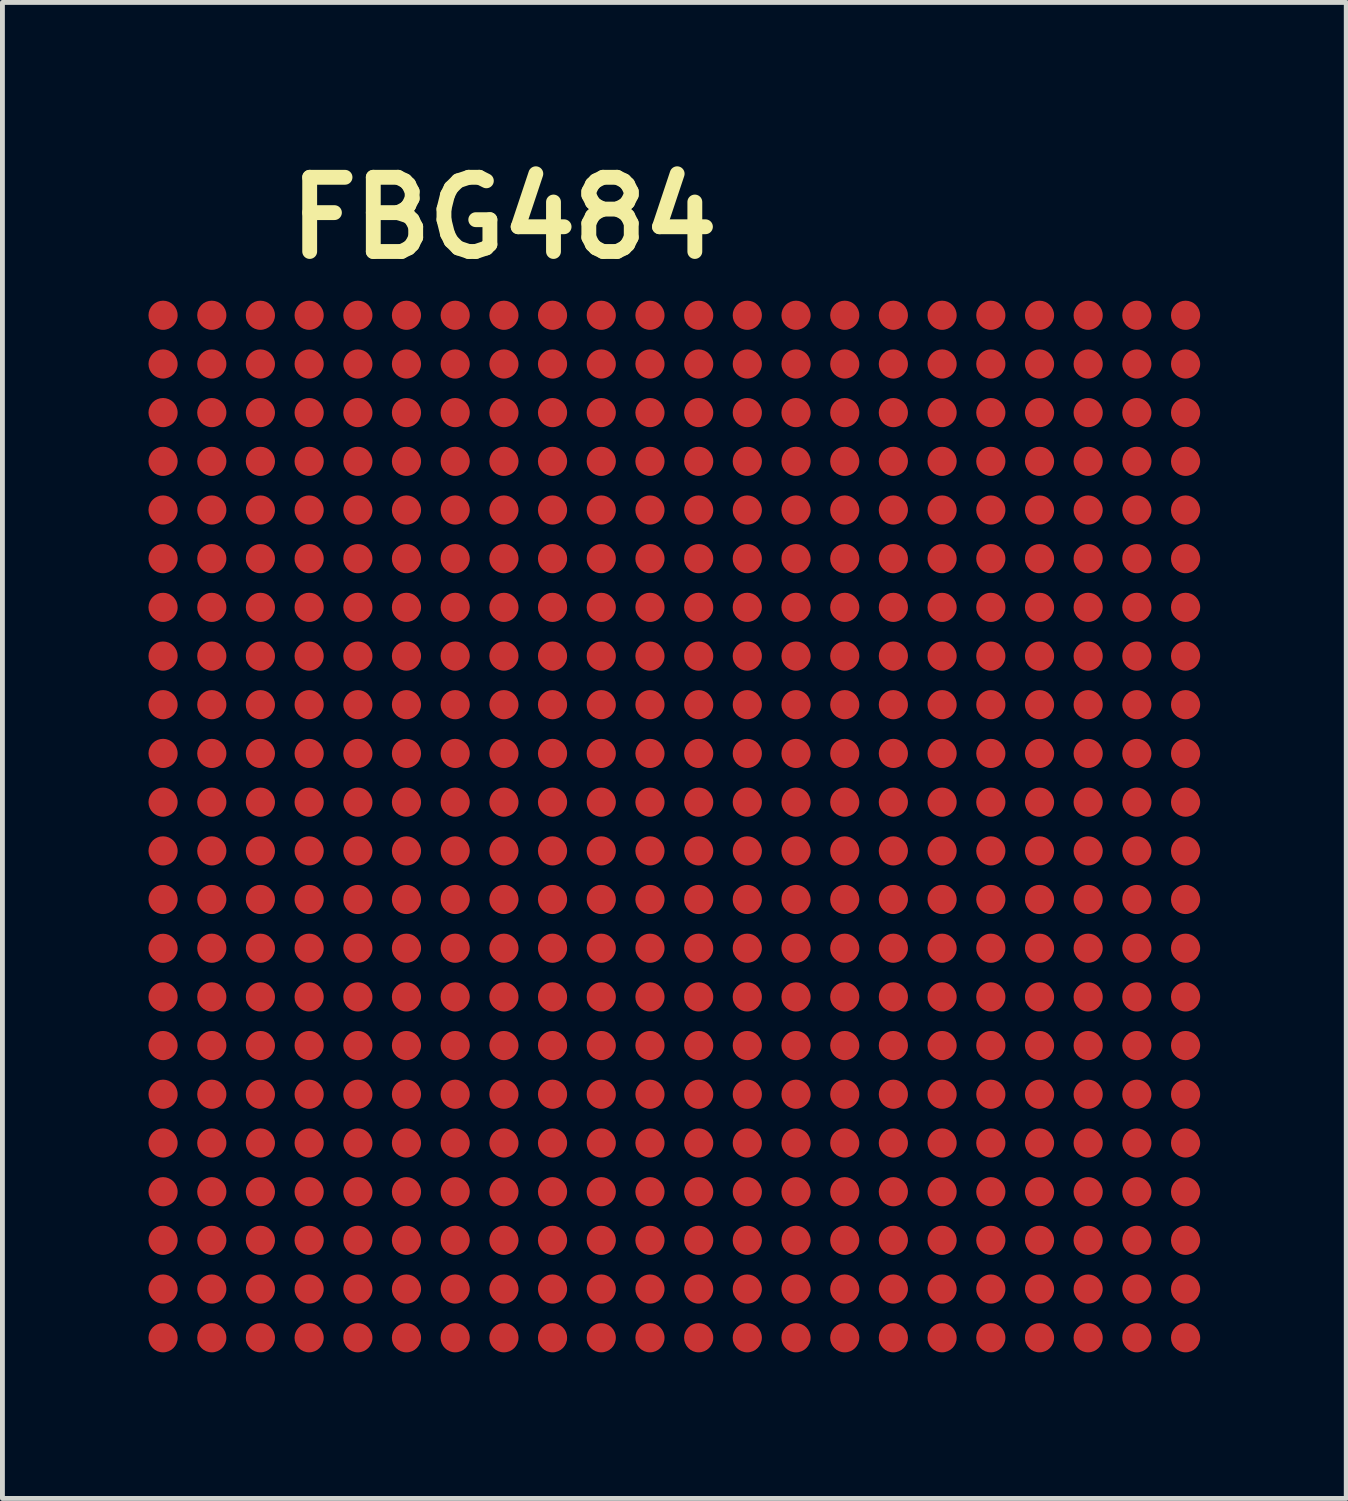
<source format=kicad_pcb>
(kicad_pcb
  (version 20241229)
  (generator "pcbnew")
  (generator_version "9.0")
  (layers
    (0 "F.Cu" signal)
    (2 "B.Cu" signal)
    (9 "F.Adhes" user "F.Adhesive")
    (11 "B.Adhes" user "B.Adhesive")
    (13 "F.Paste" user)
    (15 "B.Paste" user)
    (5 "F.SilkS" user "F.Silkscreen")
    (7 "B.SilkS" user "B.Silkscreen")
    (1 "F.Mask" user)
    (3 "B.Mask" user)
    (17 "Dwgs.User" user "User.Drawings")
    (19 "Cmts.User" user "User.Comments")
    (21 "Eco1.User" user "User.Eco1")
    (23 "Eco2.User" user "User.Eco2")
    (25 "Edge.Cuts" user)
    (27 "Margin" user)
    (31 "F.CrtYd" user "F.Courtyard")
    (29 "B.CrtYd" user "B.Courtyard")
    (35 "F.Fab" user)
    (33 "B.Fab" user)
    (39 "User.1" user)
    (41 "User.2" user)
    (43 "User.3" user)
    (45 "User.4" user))
  (footprint "FBG484"
    (layer "F.Cu")
    (at 0.302 3.425)
    (property "Reference" "FBG484" (at 7 -1.999 0) (layer "F.SilkS") (effects (font (size 1.524 1.524) (thickness 0.305))))
    (attr through_hole)
    (pad "A1" smd circle (at -0.003 0) (size 0.599 0.599) (layers "F.Cu" "F.Mask" "F.Paste"))
    (pad "A2" smd circle (at 0.998 0) (size 0.599 0.599) (layers "F.Cu" "F.Paste"))
    (pad "A3" smd circle (at 1.996 0) (size 0.599 0.599) (layers "F.Cu" "F.Paste"))
    (pad "A4" smd circle (at 2.997 0) (size 0.599 0.599) (layers "F.Cu" "F.Paste"))
    (pad "A5" smd circle (at 3.998 0) (size 0.599 0.599) (layers "F.Cu" "F.Paste"))
    (pad "A6" smd circle (at 4.996 0) (size 0.599 0.599) (layers "F.Cu" "F.Paste"))
    (pad "A7" smd circle (at 5.997 0) (size 0.599 0.599) (layers "F.Cu" "F.Paste"))
    (pad "A8" smd circle (at 6.998 0) (size 0.599 0.599) (layers "F.Cu" "F.Paste"))
    (pad "A9" smd circle (at 7.996 0) (size 0.599 0.599) (layers "F.Cu" "F.Paste"))
    (pad "A10" smd circle (at 8.997 0) (size 0.599 0.599) (layers "F.Cu" "F.Paste"))
    (pad "A11" smd circle (at 9.997 0) (size 0.599 0.599) (layers "F.Cu" "F.Paste"))
    (pad "A12" smd circle (at 10.998 0) (size 0.599 0.599) (layers "F.Cu" "F.Paste"))
    (pad "A13" smd circle (at 11.996 0) (size 0.599 0.599) (layers "F.Cu" "F.Paste"))
    (pad "A14" smd circle (at 12.997 0) (size 0.599 0.599) (layers "F.Cu" "F.Paste"))
    (pad "A15" smd circle (at 13.998 0) (size 0.599 0.599) (layers "F.Cu" "F.Paste"))
    (pad "A16" smd circle (at 14.996 0) (size 0.599 0.599) (layers "F.Cu" "F.Paste"))
    (pad "A17" smd circle (at 15.997 0) (size 0.599 0.599) (layers "F.Cu" "F.Paste"))
    (pad "A18" smd circle (at 16.998 0) (size 0.599 0.599) (layers "F.Cu" "F.Paste"))
    (pad "A19" smd circle (at 17.998 0) (size 0.599 0.599) (layers "F.Cu" "F.Paste"))
    (pad "A20" smd circle (at 18.997 0) (size 0.599 0.599) (layers "F.Cu" "F.Paste"))
    (pad "A21" smd circle (at 19.997 0) (size 0.599 0.599) (layers "F.Cu" "F.Paste"))
    (pad "A22" smd circle (at 20.998 0) (size 0.599 0.599) (layers "F.Cu" "F.Paste"))
    (pad "AA1" smd circle (at -0.003 20) (size 0.599 0.599) (layers "F.Cu" "F.Paste"))
    (pad "AA2" smd circle (at 0.998 20) (size 0.599 0.599) (layers "F.Cu" "F.Paste"))
    (pad "AA3" smd circle (at 1.996 20) (size 0.599 0.599) (layers "F.Cu" "F.Paste"))
    (pad "AA4" smd circle (at 2.997 20) (size 0.599 0.599) (layers "F.Cu" "F.Paste"))
    (pad "AA5" smd circle (at 3.998 20) (size 0.599 0.599) (layers "F.Cu" "F.Paste"))
    (pad "AA6" smd circle (at 4.996 20) (size 0.599 0.599) (layers "F.Cu" "F.Paste"))
    (pad "AA7" smd circle (at 5.997 20) (size 0.599 0.599) (layers "F.Cu" "F.Paste"))
    (pad "AA8" smd circle (at 6.998 20) (size 0.599 0.599) (layers "F.Cu" "F.Paste"))
    (pad "AA9" smd circle (at 7.996 20) (size 0.599 0.599) (layers "F.Cu" "F.Paste"))
    (pad "AA10" smd circle (at 8.997 20) (size 0.599 0.599) (layers "F.Cu" "F.Paste"))
    (pad "AA11" smd circle (at 9.997 20) (size 0.599 0.599) (layers "F.Cu" "F.Paste"))
    (pad "AA12" smd circle (at 10.998 20) (size 0.599 0.599) (layers "F.Cu" "F.Paste"))
    (pad "AA13" smd circle (at 11.996 20) (size 0.599 0.599) (layers "F.Cu" "F.Paste"))
    (pad "AA14" smd circle (at 12.997 20) (size 0.599 0.599) (layers "F.Cu" "F.Paste"))
    (pad "AA15" smd circle (at 13.998 20) (size 0.599 0.599) (layers "F.Cu" "F.Paste"))
    (pad "AA16" smd circle (at 14.996 20) (size 0.599 0.599) (layers "F.Cu" "F.Paste"))
    (pad "AA17" smd circle (at 15.997 20) (size 0.599 0.599) (layers "F.Cu" "F.Paste"))
    (pad "AA18" smd circle (at 16.998 20) (size 0.599 0.599) (layers "F.Cu" "F.Paste"))
    (pad "AA19" smd circle (at 17.998 20) (size 0.599 0.599) (layers "F.Cu" "F.Paste"))
    (pad "AA20" smd circle (at 18.997 20) (size 0.599 0.599) (layers "F.Cu" "F.Paste"))
    (pad "AA21" smd circle (at 19.997 20) (size 0.599 0.599) (layers "F.Cu" "F.Paste"))
    (pad "AA22" smd circle (at 20.998 20) (size 0.599 0.599) (layers "F.Cu" "F.Paste"))
    (pad "AB1" smd circle (at -0.003 21.001) (size 0.599 0.599) (layers "F.Cu" "F.Paste"))
    (pad "AB2" smd circle (at 0.998 21.001) (size 0.599 0.599) (layers "F.Cu" "F.Paste"))
    (pad "AB3" smd circle (at 1.996 21.001) (size 0.599 0.599) (layers "F.Cu" "F.Paste"))
    (pad "AB4" smd circle (at 2.997 21.001) (size 0.599 0.599) (layers "F.Cu" "F.Paste"))
    (pad "AB5" smd circle (at 3.998 21.001) (size 0.599 0.599) (layers "F.Cu" "F.Paste"))
    (pad "AB6" smd circle (at 4.996 21.001) (size 0.599 0.599) (layers "F.Cu" "F.Paste"))
    (pad "AB7" smd circle (at 5.997 21.001) (size 0.599 0.599) (layers "F.Cu" "F.Paste"))
    (pad "AB8" smd circle (at 6.998 21.001) (size 0.599 0.599) (layers "F.Cu" "F.Paste"))
    (pad "AB9" smd circle (at 7.996 21.001) (size 0.599 0.599) (layers "F.Cu" "F.Paste"))
    (pad "AB10" smd circle (at 8.997 21.001) (size 0.599 0.599) (layers "F.Cu" "F.Paste"))
    (pad "AB11" smd circle (at 9.997 21.001) (size 0.599 0.599) (layers "F.Cu" "F.Paste"))
    (pad "AB12" smd circle (at 10.998 21.001) (size 0.599 0.599) (layers "F.Cu" "F.Paste"))
    (pad "AB13" smd circle (at 11.996 21.001) (size 0.599 0.599) (layers "F.Cu" "F.Paste"))
    (pad "AB14" smd circle (at 12.997 21.001) (size 0.599 0.599) (layers "F.Cu" "F.Paste"))
    (pad "AB15" smd circle (at 13.998 21.001) (size 0.599 0.599) (layers "F.Cu" "F.Paste"))
    (pad "AB16" smd circle (at 14.996 21.001) (size 0.599 0.599) (layers "F.Cu" "F.Paste"))
    (pad "AB17" smd circle (at 15.997 21.001) (size 0.599 0.599) (layers "F.Cu" "F.Paste"))
    (pad "AB18" smd circle (at 16.998 21.001) (size 0.599 0.599) (layers "F.Cu" "F.Paste"))
    (pad "AB19" smd circle (at 17.998 21.001) (size 0.599 0.599) (layers "F.Cu" "F.Paste"))
    (pad "AB20" smd circle (at 18.997 21.001) (size 0.599 0.599) (layers "F.Cu" "F.Paste"))
    (pad "AB21" smd circle (at 19.997 21.001) (size 0.599 0.599) (layers "F.Cu" "F.Paste"))
    (pad "AB22" smd circle (at 20.998 21.001) (size 0.599 0.599) (layers "F.Cu" "F.Paste"))
    (pad "B1" smd circle (at -0.003 1.001) (size 0.599 0.599) (layers "F.Cu" "F.Paste"))
    (pad "B2" smd circle (at 0.998 1.001) (size 0.599 0.599) (layers "F.Cu" "F.Paste"))
    (pad "B3" smd circle (at 1.996 1.001) (size 0.599 0.599) (layers "F.Cu" "F.Paste"))
    (pad "B4" smd circle (at 2.997 1.001) (size 0.599 0.599) (layers "F.Cu" "F.Paste"))
    (pad "B5" smd circle (at 3.998 1.001) (size 0.599 0.599) (layers "F.Cu" "F.Paste"))
    (pad "B6" smd circle (at 4.996 1.001) (size 0.599 0.599) (layers "F.Cu" "F.Paste"))
    (pad "B7" smd circle (at 5.997 1.001) (size 0.599 0.599) (layers "F.Cu" "F.Paste"))
    (pad "B8" smd circle (at 6.998 1.001) (size 0.599 0.599) (layers "F.Cu" "F.Paste"))
    (pad "B9" smd circle (at 7.996 1.001) (size 0.599 0.599) (layers "F.Cu" "F.Paste"))
    (pad "B10" smd circle (at 8.997 1.001) (size 0.599 0.599) (layers "F.Cu" "F.Paste"))
    (pad "B11" smd circle (at 9.997 1.001) (size 0.599 0.599) (layers "F.Cu" "F.Paste"))
    (pad "B12" smd circle (at 10.998 1.001) (size 0.599 0.599) (layers "F.Cu" "F.Paste"))
    (pad "B13" smd circle (at 11.996 1.001) (size 0.599 0.599) (layers "F.Cu" "F.Paste"))
    (pad "B14" smd circle (at 12.997 1.001) (size 0.599 0.599) (layers "F.Cu" "F.Paste"))
    (pad "B15" smd circle (at 13.998 1.001) (size 0.599 0.599) (layers "F.Cu" "F.Paste"))
    (pad "B16" smd circle (at 14.996 1.001) (size 0.599 0.599) (layers "F.Cu" "F.Paste"))
    (pad "B17" smd circle (at 15.997 1.001) (size 0.599 0.599) (layers "F.Cu" "F.Paste"))
    (pad "B18" smd circle (at 16.998 1.001) (size 0.599 0.599) (layers "F.Cu" "F.Paste"))
    (pad "B19" smd circle (at 17.998 1.001) (size 0.599 0.599) (layers "F.Cu" "F.Paste"))
    (pad "B20" smd circle (at 18.997 1.001) (size 0.599 0.599) (layers "F.Cu" "F.Paste"))
    (pad "B21" smd circle (at 19.997 1.001) (size 0.599 0.599) (layers "F.Cu" "F.Paste"))
    (pad "B22" smd circle (at 20.998 1.001) (size 0.599 0.599) (layers "F.Cu" "F.Paste"))
    (pad "C1" smd circle (at -0.003 1.999) (size 0.599 0.599) (layers "F.Cu" "F.Paste"))
    (pad "C2" smd circle (at 0.998 1.999) (size 0.599 0.599) (layers "F.Cu" "F.Paste"))
    (pad "C3" smd circle (at 1.996 1.999) (size 0.599 0.599) (layers "F.Cu" "F.Paste"))
    (pad "C4" smd circle (at 2.997 1.999) (size 0.599 0.599) (layers "F.Cu" "F.Paste"))
    (pad "C5" smd circle (at 3.998 1.999) (size 0.599 0.599) (layers "F.Cu" "F.Paste"))
    (pad "C6" smd circle (at 4.996 1.999) (size 0.599 0.599) (layers "F.Cu" "F.Paste"))
    (pad "C7" smd circle (at 5.997 1.999) (size 0.599 0.599) (layers "F.Cu" "F.Paste"))
    (pad "C8" smd circle (at 6.998 1.999) (size 0.599 0.599) (layers "F.Cu" "F.Paste"))
    (pad "C9" smd circle (at 7.996 1.999) (size 0.599 0.599) (layers "F.Cu" "F.Paste"))
    (pad "C10" smd circle (at 8.997 1.999) (size 0.599 0.599) (layers "F.Cu" "F.Paste"))
    (pad "C11" smd circle (at 9.997 1.999) (size 0.599 0.599) (layers "F.Cu" "F.Paste"))
    (pad "C12" smd circle (at 10.998 1.999) (size 0.599 0.599) (layers "F.Cu" "F.Paste"))
    (pad "C13" smd circle (at 11.996 1.999) (size 0.599 0.599) (layers "F.Cu" "F.Paste"))
    (pad "C14" smd circle (at 12.997 1.999) (size 0.599 0.599) (layers "F.Cu" "F.Paste"))
    (pad "C15" smd circle (at 13.998 1.999) (size 0.599 0.599) (layers "F.Cu" "F.Paste"))
    (pad "C16" smd circle (at 14.996 1.999) (size 0.599 0.599) (layers "F.Cu" "F.Paste"))
    (pad "C17" smd circle (at 15.997 1.999) (size 0.599 0.599) (layers "F.Cu" "F.Paste"))
    (pad "C18" smd circle (at 16.998 1.999) (size 0.599 0.599) (layers "F.Cu" "F.Paste"))
    (pad "C19" smd circle (at 17.998 1.999) (size 0.599 0.599) (layers "F.Cu" "F.Paste"))
    (pad "C20" smd circle (at 18.997 1.999) (size 0.599 0.599) (layers "F.Cu" "F.Paste"))
    (pad "C21" smd circle (at 19.997 1.999) (size 0.599 0.599) (layers "F.Cu" "F.Paste"))
    (pad "C22" smd circle (at 20.998 1.999) (size 0.599 0.599) (layers "F.Cu" "F.Paste"))
    (pad "D1" smd circle (at -0.003 3) (size 0.599 0.599) (layers "F.Cu" "F.Paste"))
    (pad "D2" smd circle (at 0.998 3) (size 0.599 0.599) (layers "F.Cu" "F.Paste"))
    (pad "D3" smd circle (at 1.996 3) (size 0.599 0.599) (layers "F.Cu" "F.Paste"))
    (pad "D4" smd circle (at 2.997 3) (size 0.599 0.599) (layers "F.Cu" "F.Paste"))
    (pad "D5" smd circle (at 3.998 3) (size 0.599 0.599) (layers "F.Cu" "F.Paste"))
    (pad "D6" smd circle (at 4.996 3) (size 0.599 0.599) (layers "F.Cu" "F.Paste"))
    (pad "D7" smd circle (at 5.997 3) (size 0.599 0.599) (layers "F.Cu" "F.Paste"))
    (pad "D8" smd circle (at 6.998 3) (size 0.599 0.599) (layers "F.Cu" "F.Paste"))
    (pad "D9" smd circle (at 7.996 3) (size 0.599 0.599) (layers "F.Cu" "F.Paste"))
    (pad "D10" smd circle (at 8.997 3) (size 0.599 0.599) (layers "F.Cu" "F.Paste"))
    (pad "D11" smd circle (at 9.997 3) (size 0.599 0.599) (layers "F.Cu" "F.Paste"))
    (pad "D12" smd circle (at 10.998 3) (size 0.599 0.599) (layers "F.Cu" "F.Paste"))
    (pad "D13" smd circle (at 11.996 3) (size 0.599 0.599) (layers "F.Cu" "F.Paste"))
    (pad "D14" smd circle (at 12.997 3) (size 0.599 0.599) (layers "F.Cu" "F.Paste"))
    (pad "D15" smd circle (at 13.998 3) (size 0.599 0.599) (layers "F.Cu" "F.Paste"))
    (pad "D16" smd circle (at 14.996 3) (size 0.599 0.599) (layers "F.Cu" "F.Paste"))
    (pad "D17" smd circle (at 15.997 3) (size 0.599 0.599) (layers "F.Cu" "F.Paste"))
    (pad "D18" smd circle (at 16.998 3) (size 0.599 0.599) (layers "F.Cu" "F.Paste"))
    (pad "D19" smd circle (at 17.998 3) (size 0.599 0.599) (layers "F.Cu" "F.Paste"))
    (pad "D20" smd circle (at 18.997 3) (size 0.599 0.599) (layers "F.Cu" "F.Paste"))
    (pad "D21" smd circle (at 19.997 3) (size 0.599 0.599) (layers "F.Cu" "F.Paste"))
    (pad "D22" smd circle (at 20.998 3) (size 0.599 0.599) (layers "F.Cu" "F.Paste"))
    (pad "E1" smd circle (at -0.003 4) (size 0.599 0.599) (layers "F.Cu" "F.Paste"))
    (pad "E2" smd circle (at 0.998 4) (size 0.599 0.599) (layers "F.Cu" "F.Paste"))
    (pad "E3" smd circle (at 1.996 4) (size 0.599 0.599) (layers "F.Cu" "F.Paste"))
    (pad "E4" smd circle (at 2.997 4) (size 0.599 0.599) (layers "F.Cu" "F.Paste"))
    (pad "E5" smd circle (at 3.998 4) (size 0.599 0.599) (layers "F.Cu" "F.Paste"))
    (pad "E6" smd circle (at 4.996 4) (size 0.599 0.599) (layers "F.Cu" "F.Paste"))
    (pad "E7" smd circle (at 5.997 4) (size 0.599 0.599) (layers "F.Cu" "F.Paste"))
    (pad "E8" smd circle (at 6.998 4) (size 0.599 0.599) (layers "F.Cu" "F.Paste"))
    (pad "E9" smd circle (at 7.996 4) (size 0.599 0.599) (layers "F.Cu" "F.Paste"))
    (pad "E10" smd circle (at 8.997 4) (size 0.599 0.599) (layers "F.Cu" "F.Paste"))
    (pad "E11" smd circle (at 9.997 4) (size 0.599 0.599) (layers "F.Cu" "F.Paste"))
    (pad "E12" smd circle (at 10.998 4) (size 0.599 0.599) (layers "F.Cu" "F.Paste"))
    (pad "E13" smd circle (at 11.996 4) (size 0.599 0.599) (layers "F.Cu" "F.Paste"))
    (pad "E14" smd circle (at 12.997 4) (size 0.599 0.599) (layers "F.Cu" "F.Paste"))
    (pad "E15" smd circle (at 13.998 4) (size 0.599 0.599) (layers "F.Cu" "F.Paste"))
    (pad "E16" smd circle (at 14.996 4) (size 0.599 0.599) (layers "F.Cu" "F.Paste"))
    (pad "E17" smd circle (at 15.997 4) (size 0.599 0.599) (layers "F.Cu" "F.Paste"))
    (pad "E18" smd circle (at 16.998 4) (size 0.599 0.599) (layers "F.Cu" "F.Paste"))
    (pad "E19" smd circle (at 17.998 4) (size 0.599 0.599) (layers "F.Cu" "F.Paste"))
    (pad "E20" smd circle (at 18.997 4) (size 0.599 0.599) (layers "F.Cu" "F.Paste"))
    (pad "E21" smd circle (at 19.997 4) (size 0.599 0.599) (layers "F.Cu" "F.Paste"))
    (pad "E22" smd circle (at 20.998 4) (size 0.599 0.599) (layers "F.Cu" "F.Paste"))
    (pad "F1" smd circle (at -0.003 4.999) (size 0.599 0.599) (layers "F.Cu" "F.Paste"))
    (pad "F2" smd circle (at 0.998 4.999) (size 0.599 0.599) (layers "F.Cu" "F.Paste"))
    (pad "F3" smd circle (at 1.996 4.999) (size 0.599 0.599) (layers "F.Cu" "F.Paste"))
    (pad "F4" smd circle (at 2.997 4.999) (size 0.599 0.599) (layers "F.Cu" "F.Paste"))
    (pad "F5" smd circle (at 3.998 4.999) (size 0.599 0.599) (layers "F.Cu" "F.Paste"))
    (pad "F6" smd circle (at 4.996 4.999) (size 0.599 0.599) (layers "F.Cu" "F.Paste"))
    (pad "F7" smd circle (at 5.997 4.999) (size 0.599 0.599) (layers "F.Cu" "F.Paste"))
    (pad "F8" smd circle (at 6.998 4.999) (size 0.599 0.599) (layers "F.Cu" "F.Paste"))
    (pad "F9" smd circle (at 7.996 4.999) (size 0.599 0.599) (layers "F.Cu" "F.Paste"))
    (pad "F10" smd circle (at 8.997 4.999) (size 0.599 0.599) (layers "F.Cu" "F.Paste"))
    (pad "F11" smd circle (at 9.997 4.999) (size 0.599 0.599) (layers "F.Cu" "F.Paste"))
    (pad "F12" smd circle (at 10.998 4.999) (size 0.599 0.599) (layers "F.Cu" "F.Paste"))
    (pad "F13" smd circle (at 11.996 4.999) (size 0.599 0.599) (layers "F.Cu" "F.Paste"))
    (pad "F14" smd circle (at 12.997 4.999) (size 0.599 0.599) (layers "F.Cu" "F.Paste"))
    (pad "F15" smd circle (at 13.998 4.999) (size 0.599 0.599) (layers "F.Cu" "F.Paste"))
    (pad "F16" smd circle (at 14.996 4.999) (size 0.599 0.599) (layers "F.Cu" "F.Paste"))
    (pad "F17" smd circle (at 15.997 4.999) (size 0.599 0.599) (layers "F.Cu" "F.Paste"))
    (pad "F18" smd circle (at 16.998 4.999) (size 0.599 0.599) (layers "F.Cu" "F.Paste"))
    (pad "F19" smd circle (at 17.998 4.999) (size 0.599 0.599) (layers "F.Cu" "F.Paste"))
    (pad "F20" smd circle (at 18.997 4.999) (size 0.599 0.599) (layers "F.Cu" "F.Paste"))
    (pad "F21" smd circle (at 19.997 4.999) (size 0.599 0.599) (layers "F.Cu" "F.Paste"))
    (pad "F22" smd circle (at 20.998 4.999) (size 0.599 0.599) (layers "F.Cu" "F.Paste"))
    (pad "G1" smd circle (at -0.003 5.999) (size 0.599 0.599) (layers "F.Cu" "F.Paste"))
    (pad "G2" smd circle (at 0.998 5.999) (size 0.599 0.599) (layers "F.Cu" "F.Paste"))
    (pad "G3" smd circle (at 1.996 5.999) (size 0.599 0.599) (layers "F.Cu" "F.Paste"))
    (pad "G4" smd circle (at 2.997 5.999) (size 0.599 0.599) (layers "F.Cu" "F.Paste"))
    (pad "G5" smd circle (at 3.998 5.999) (size 0.599 0.599) (layers "F.Cu" "F.Paste"))
    (pad "G6" smd circle (at 4.996 5.999) (size 0.599 0.599) (layers "F.Cu" "F.Paste"))
    (pad "G7" smd circle (at 5.997 5.999) (size 0.599 0.599) (layers "F.Cu" "F.Paste"))
    (pad "G8" smd circle (at 6.998 5.999) (size 0.599 0.599) (layers "F.Cu" "F.Paste"))
    (pad "G9" smd circle (at 7.996 5.999) (size 0.599 0.599) (layers "F.Cu" "F.Paste"))
    (pad "G10" smd circle (at 8.997 5.999) (size 0.599 0.599) (layers "F.Cu" "F.Paste"))
    (pad "G11" smd circle (at 9.997 5.999) (size 0.599 0.599) (layers "F.Cu" "F.Paste"))
    (pad "G12" smd circle (at 10.998 5.999) (size 0.599 0.599) (layers "F.Cu" "F.Paste"))
    (pad "G13" smd circle (at 11.996 5.999) (size 0.599 0.599) (layers "F.Cu" "F.Paste"))
    (pad "G14" smd circle (at 12.997 5.999) (size 0.599 0.599) (layers "F.Cu" "F.Paste"))
    (pad "G15" smd circle (at 13.998 5.999) (size 0.599 0.599) (layers "F.Cu" "F.Paste"))
    (pad "G16" smd circle (at 14.996 5.999) (size 0.599 0.599) (layers "F.Cu" "F.Paste"))
    (pad "G17" smd circle (at 15.997 5.999) (size 0.599 0.599) (layers "F.Cu" "F.Paste"))
    (pad "G18" smd circle (at 16.998 5.999) (size 0.599 0.599) (layers "F.Cu" "F.Paste"))
    (pad "G19" smd circle (at 17.998 5.999) (size 0.599 0.599) (layers "F.Cu" "F.Paste"))
    (pad "G20" smd circle (at 18.997 5.999) (size 0.599 0.599) (layers "F.Cu" "F.Paste"))
    (pad "G21" smd circle (at 19.997 5.999) (size 0.599 0.599) (layers "F.Cu" "F.Paste"))
    (pad "G22" smd circle (at 20.998 5.999) (size 0.599 0.599) (layers "F.Cu" "F.Paste"))
    (pad "H1" smd circle (at -0.003 7) (size 0.599 0.599) (layers "F.Cu" "F.Paste"))
    (pad "H2" smd circle (at 0.998 7) (size 0.599 0.599) (layers "F.Cu" "F.Paste"))
    (pad "H3" smd circle (at 1.996 7) (size 0.599 0.599) (layers "F.Cu" "F.Paste"))
    (pad "H4" smd circle (at 2.997 7) (size 0.599 0.599) (layers "F.Cu" "F.Paste"))
    (pad "H5" smd circle (at 3.998 7) (size 0.599 0.599) (layers "F.Cu" "F.Paste"))
    (pad "H6" smd circle (at 4.996 7) (size 0.599 0.599) (layers "F.Cu" "F.Paste"))
    (pad "H7" smd circle (at 5.997 7) (size 0.599 0.599) (layers "F.Cu" "F.Paste"))
    (pad "H8" smd circle (at 6.998 7) (size 0.599 0.599) (layers "F.Cu" "F.Paste"))
    (pad "H9" smd circle (at 7.996 7) (size 0.599 0.599) (layers "F.Cu" "F.Paste"))
    (pad "H10" smd circle (at 8.997 7) (size 0.599 0.599) (layers "F.Cu" "F.Paste"))
    (pad "H11" smd circle (at 9.997 7) (size 0.599 0.599) (layers "F.Cu" "F.Paste"))
    (pad "H12" smd circle (at 10.998 7) (size 0.599 0.599) (layers "F.Cu" "F.Paste"))
    (pad "H13" smd circle (at 11.996 7) (size 0.599 0.599) (layers "F.Cu" "F.Paste"))
    (pad "H14" smd circle (at 12.997 7) (size 0.599 0.599) (layers "F.Cu" "F.Paste"))
    (pad "H15" smd circle (at 13.998 7) (size 0.599 0.599) (layers "F.Cu" "F.Paste"))
    (pad "H16" smd circle (at 14.996 7) (size 0.599 0.599) (layers "F.Cu" "F.Paste"))
    (pad "H17" smd circle (at 15.997 7) (size 0.599 0.599) (layers "F.Cu" "F.Paste"))
    (pad "H18" smd circle (at 16.998 7) (size 0.599 0.599) (layers "F.Cu" "F.Paste"))
    (pad "H19" smd circle (at 17.998 7) (size 0.599 0.599) (layers "F.Cu" "F.Paste"))
    (pad "H20" smd circle (at 18.997 7) (size 0.599 0.599) (layers "F.Cu" "F.Paste"))
    (pad "H21" smd circle (at 19.997 7) (size 0.599 0.599) (layers "F.Cu" "F.Paste"))
    (pad "H22" smd circle (at 20.998 7) (size 0.599 0.599) (layers "F.Cu" "F.Paste"))
    (pad "J1" smd circle (at -0.003 7.998) (size 0.599 0.599) (layers "F.Cu" "F.Paste"))
    (pad "J2" smd circle (at 0.998 7.998) (size 0.599 0.599) (layers "F.Cu" "F.Paste"))
    (pad "J3" smd circle (at 1.996 7.998) (size 0.599 0.599) (layers "F.Cu" "F.Paste"))
    (pad "J4" smd circle (at 2.997 7.998) (size 0.599 0.599) (layers "F.Cu" "F.Paste"))
    (pad "J5" smd circle (at 3.998 7.998) (size 0.599 0.599) (layers "F.Cu" "F.Paste"))
    (pad "J6" smd circle (at 4.996 7.998) (size 0.599 0.599) (layers "F.Cu" "F.Paste"))
    (pad "J7" smd circle (at 5.997 7.998) (size 0.599 0.599) (layers "F.Cu" "F.Paste"))
    (pad "J8" smd circle (at 6.998 7.998) (size 0.599 0.599) (layers "F.Cu" "F.Paste"))
    (pad "J9" smd circle (at 7.996 7.998) (size 0.599 0.599) (layers "F.Cu" "F.Paste"))
    (pad "J10" smd circle (at 8.997 7.998) (size 0.599 0.599) (layers "F.Cu" "F.Paste"))
    (pad "J11" smd circle (at 9.997 7.998) (size 0.599 0.599) (layers "F.Cu" "F.Paste"))
    (pad "J12" smd circle (at 10.998 7.998) (size 0.599 0.599) (layers "F.Cu" "F.Paste"))
    (pad "J13" smd circle (at 11.996 7.998) (size 0.599 0.599) (layers "F.Cu" "F.Paste"))
    (pad "J14" smd circle (at 12.997 7.998) (size 0.599 0.599) (layers "F.Cu" "F.Paste"))
    (pad "J15" smd circle (at 13.998 7.998) (size 0.599 0.599) (layers "F.Cu" "F.Paste"))
    (pad "J16" smd circle (at 14.996 7.998) (size 0.599 0.599) (layers "F.Cu" "F.Paste"))
    (pad "J17" smd circle (at 15.997 7.998) (size 0.599 0.599) (layers "F.Cu" "F.Paste"))
    (pad "J18" smd circle (at 16.998 7.998) (size 0.599 0.599) (layers "F.Cu" "F.Paste"))
    (pad "J19" smd circle (at 17.998 7.998) (size 0.599 0.599) (layers "F.Cu" "F.Paste"))
    (pad "J20" smd circle (at 18.997 7.998) (size 0.599 0.599) (layers "F.Cu" "F.Paste"))
    (pad "J21" smd circle (at 19.997 7.998) (size 0.599 0.599) (layers "F.Cu" "F.Paste"))
    (pad "J22" smd circle (at 20.998 7.998) (size 0.599 0.599) (layers "F.Cu" "F.Paste"))
    (pad "K1" smd circle (at -0.003 8.999) (size 0.599 0.599) (layers "F.Cu" "F.Paste"))
    (pad "K2" smd circle (at 0.998 8.999) (size 0.599 0.599) (layers "F.Cu" "F.Paste"))
    (pad "K3" smd circle (at 1.996 8.999) (size 0.599 0.599) (layers "F.Cu" "F.Paste"))
    (pad "K4" smd circle (at 2.997 8.999) (size 0.599 0.599) (layers "F.Cu" "F.Paste"))
    (pad "K5" smd circle (at 3.998 8.999) (size 0.599 0.599) (layers "F.Cu" "F.Paste"))
    (pad "K6" smd circle (at 4.996 8.999) (size 0.599 0.599) (layers "F.Cu" "F.Paste"))
    (pad "K7" smd circle (at 5.997 8.999) (size 0.599 0.599) (layers "F.Cu" "F.Paste"))
    (pad "K8" smd circle (at 6.998 8.999) (size 0.599 0.599) (layers "F.Cu" "F.Paste"))
    (pad "K9" smd circle (at 7.996 8.999) (size 0.599 0.599) (layers "F.Cu" "F.Paste"))
    (pad "K10" smd circle (at 8.997 8.999) (size 0.599 0.599) (layers "F.Cu" "F.Paste"))
    (pad "K11" smd circle (at 9.997 8.999) (size 0.599 0.599) (layers "F.Cu" "F.Paste"))
    (pad "K12" smd circle (at 10.998 8.999) (size 0.599 0.599) (layers "F.Cu" "F.Paste"))
    (pad "K13" smd circle (at 11.996 8.999) (size 0.599 0.599) (layers "F.Cu" "F.Paste"))
    (pad "K14" smd circle (at 12.997 8.999) (size 0.599 0.599) (layers "F.Cu" "F.Paste"))
    (pad "K15" smd circle (at 13.998 8.999) (size 0.599 0.599) (layers "F.Cu" "F.Paste"))
    (pad "K16" smd circle (at 14.996 8.999) (size 0.599 0.599) (layers "F.Cu" "F.Paste"))
    (pad "K17" smd circle (at 15.997 8.999) (size 0.599 0.599) (layers "F.Cu" "F.Paste"))
    (pad "K18" smd circle (at 16.998 8.999) (size 0.599 0.599) (layers "F.Cu" "F.Paste"))
    (pad "K19" smd circle (at 17.998 8.999) (size 0.599 0.599) (layers "F.Cu" "F.Paste"))
    (pad "K20" smd circle (at 18.997 8.999) (size 0.599 0.599) (layers "F.Cu" "F.Paste"))
    (pad "K21" smd circle (at 19.997 8.999) (size 0.599 0.599) (layers "F.Cu" "F.Paste"))
    (pad "K22" smd circle (at 20.998 8.999) (size 0.599 0.599) (layers "F.Cu" "F.Paste"))
    (pad "L1" smd circle (at -0.003 10) (size 0.599 0.599) (layers "F.Cu" "F.Paste"))
    (pad "L2" smd circle (at 0.998 10) (size 0.599 0.599) (layers "F.Cu" "F.Paste"))
    (pad "L3" smd circle (at 1.996 10) (size 0.599 0.599) (layers "F.Cu" "F.Paste"))
    (pad "L4" smd circle (at 2.997 10) (size 0.599 0.599) (layers "F.Cu" "F.Paste"))
    (pad "L5" smd circle (at 3.998 10) (size 0.599 0.599) (layers "F.Cu" "F.Paste"))
    (pad "L6" smd circle (at 4.996 10) (size 0.599 0.599) (layers "F.Cu" "F.Paste"))
    (pad "L7" smd circle (at 5.997 10) (size 0.599 0.599) (layers "F.Cu" "F.Paste"))
    (pad "L8" smd circle (at 6.998 10) (size 0.599 0.599) (layers "F.Cu" "F.Paste"))
    (pad "L9" smd circle (at 7.996 10) (size 0.599 0.599) (layers "F.Cu" "F.Paste"))
    (pad "L10" smd circle (at 8.997 10) (size 0.599 0.599) (layers "F.Cu" "F.Paste"))
    (pad "L11" smd circle (at 9.997 10) (size 0.599 0.599) (layers "F.Cu" "F.Paste"))
    (pad "L12" smd circle (at 10.998 10) (size 0.599 0.599) (layers "F.Cu" "F.Paste"))
    (pad "L13" smd circle (at 11.996 10) (size 0.599 0.599) (layers "F.Cu" "F.Paste"))
    (pad "L14" smd circle (at 12.997 10) (size 0.599 0.599) (layers "F.Cu" "F.Paste"))
    (pad "L15" smd circle (at 13.998 10) (size 0.599 0.599) (layers "F.Cu" "F.Paste"))
    (pad "L16" smd circle (at 14.996 10) (size 0.599 0.599) (layers "F.Cu" "F.Paste"))
    (pad "L17" smd circle (at 15.997 10) (size 0.599 0.599) (layers "F.Cu" "F.Paste"))
    (pad "L18" smd circle (at 16.998 10) (size 0.599 0.599) (layers "F.Cu" "F.Paste"))
    (pad "L19" smd circle (at 17.998 10) (size 0.599 0.599) (layers "F.Cu" "F.Paste"))
    (pad "L20" smd circle (at 18.997 10) (size 0.599 0.599) (layers "F.Cu" "F.Paste"))
    (pad "L21" smd circle (at 19.997 10) (size 0.599 0.599) (layers "F.Cu" "F.Paste"))
    (pad "L22" smd circle (at 20.998 10) (size 0.599 0.599) (layers "F.Cu" "F.Paste"))
    (pad "M1" smd circle (at -0.003 11.001) (size 0.599 0.599) (layers "F.Cu" "F.Paste"))
    (pad "M2" smd circle (at 0.998 11.001) (size 0.599 0.599) (layers "F.Cu" "F.Paste"))
    (pad "M3" smd circle (at 1.996 11.001) (size 0.599 0.599) (layers "F.Cu" "F.Paste"))
    (pad "M4" smd circle (at 2.997 11.001) (size 0.599 0.599) (layers "F.Cu" "F.Paste"))
    (pad "M5" smd circle (at 3.998 11.001) (size 0.599 0.599) (layers "F.Cu" "F.Paste"))
    (pad "M6" smd circle (at 4.996 11.001) (size 0.599 0.599) (layers "F.Cu" "F.Paste"))
    (pad "M7" smd circle (at 5.997 11.001) (size 0.599 0.599) (layers "F.Cu" "F.Paste"))
    (pad "M8" smd circle (at 6.998 11.001) (size 0.599 0.599) (layers "F.Cu" "F.Paste"))
    (pad "M9" smd circle (at 7.996 11.001) (size 0.599 0.599) (layers "F.Cu" "F.Paste"))
    (pad "M10" smd circle (at 8.997 11.001) (size 0.599 0.599) (layers "F.Cu" "F.Paste"))
    (pad "M11" smd circle (at 9.997 11.001) (size 0.599 0.599) (layers "F.Cu" "F.Paste"))
    (pad "M12" smd circle (at 10.998 11.001) (size 0.599 0.599) (layers "F.Cu" "F.Paste"))
    (pad "M13" smd circle (at 11.996 11.001) (size 0.599 0.599) (layers "F.Cu" "F.Paste"))
    (pad "M14" smd circle (at 12.997 11.001) (size 0.599 0.599) (layers "F.Cu" "F.Paste"))
    (pad "M15" smd circle (at 13.998 11.001) (size 0.599 0.599) (layers "F.Cu" "F.Paste"))
    (pad "M16" smd circle (at 14.996 11.001) (size 0.599 0.599) (layers "F.Cu" "F.Paste"))
    (pad "M17" smd circle (at 15.997 11.001) (size 0.599 0.599) (layers "F.Cu" "F.Paste"))
    (pad "M18" smd circle (at 16.998 11.001) (size 0.599 0.599) (layers "F.Cu" "F.Paste"))
    (pad "M19" smd circle (at 17.998 11.001) (size 0.599 0.599) (layers "F.Cu" "F.Paste"))
    (pad "M20" smd circle (at 18.997 11.001) (size 0.599 0.599) (layers "F.Cu" "F.Paste"))
    (pad "M21" smd circle (at 19.997 11.001) (size 0.599 0.599) (layers "F.Cu" "F.Paste"))
    (pad "M22" smd circle (at 20.998 11.001) (size 0.599 0.599) (layers "F.Cu" "F.Paste"))
    (pad "N1" smd circle (at -0.003 11.999) (size 0.599 0.599) (layers "F.Cu" "F.Paste"))
    (pad "N2" smd circle (at 0.998 11.999) (size 0.599 0.599) (layers "F.Cu" "F.Paste"))
    (pad "N3" smd circle (at 1.996 11.999) (size 0.599 0.599) (layers "F.Cu" "F.Paste"))
    (pad "N4" smd circle (at 2.997 11.999) (size 0.599 0.599) (layers "F.Cu" "F.Paste"))
    (pad "N5" smd circle (at 3.998 11.999) (size 0.599 0.599) (layers "F.Cu" "F.Paste"))
    (pad "N6" smd circle (at 4.996 11.999) (size 0.599 0.599) (layers "F.Cu" "F.Paste"))
    (pad "N7" smd circle (at 5.997 11.999) (size 0.599 0.599) (layers "F.Cu" "F.Paste"))
    (pad "N8" smd circle (at 6.998 11.999) (size 0.599 0.599) (layers "F.Cu" "F.Paste"))
    (pad "N9" smd circle (at 7.996 11.999) (size 0.599 0.599) (layers "F.Cu" "F.Paste"))
    (pad "N10" smd circle (at 8.997 11.999) (size 0.599 0.599) (layers "F.Cu" "F.Paste"))
    (pad "N11" smd circle (at 9.997 11.999) (size 0.599 0.599) (layers "F.Cu" "F.Paste"))
    (pad "N12" smd circle (at 10.998 11.999) (size 0.599 0.599) (layers "F.Cu" "F.Paste"))
    (pad "N13" smd circle (at 11.996 11.999) (size 0.599 0.599) (layers "F.Cu" "F.Paste"))
    (pad "N14" smd circle (at 12.997 11.999) (size 0.599 0.599) (layers "F.Cu" "F.Paste"))
    (pad "N15" smd circle (at 13.998 11.999) (size 0.599 0.599) (layers "F.Cu" "F.Paste"))
    (pad "N16" smd circle (at 14.996 11.999) (size 0.599 0.599) (layers "F.Cu" "F.Paste"))
    (pad "N17" smd circle (at 15.997 11.999) (size 0.599 0.599) (layers "F.Cu" "F.Paste"))
    (pad "N18" smd circle (at 16.998 11.999) (size 0.599 0.599) (layers "F.Cu" "F.Paste"))
    (pad "N19" smd circle (at 17.998 11.999) (size 0.599 0.599) (layers "F.Cu" "F.Paste"))
    (pad "N20" smd circle (at 18.997 11.999) (size 0.599 0.599) (layers "F.Cu" "F.Paste"))
    (pad "N21" smd circle (at 19.997 11.999) (size 0.599 0.599) (layers "F.Cu" "F.Paste"))
    (pad "N22" smd circle (at 20.998 11.999) (size 0.599 0.599) (layers "F.Cu" "F.Paste"))
    (pad "P1" smd circle (at -0.003 13.002) (size 0.599 0.599) (layers "F.Cu" "F.Paste"))
    (pad "P2" smd circle (at 0.998 13) (size 0.599 0.599) (layers "F.Cu" "F.Paste"))
    (pad "P3" smd circle (at 1.996 13) (size 0.599 0.599) (layers "F.Cu" "F.Paste"))
    (pad "P4" smd circle (at 2.997 13) (size 0.599 0.599) (layers "F.Cu" "F.Paste"))
    (pad "P5" smd circle (at 3.998 13) (size 0.599 0.599) (layers "F.Cu" "F.Paste"))
    (pad "P6" smd circle (at 4.996 13) (size 0.599 0.599) (layers "F.Cu" "F.Paste"))
    (pad "P7" smd circle (at 5.997 13) (size 0.599 0.599) (layers "F.Cu" "F.Paste"))
    (pad "P8" smd circle (at 6.998 13) (size 0.599 0.599) (layers "F.Cu" "F.Paste"))
    (pad "P9" smd circle (at 7.996 13) (size 0.599 0.599) (layers "F.Cu" "F.Paste"))
    (pad "P10" smd circle (at 8.997 13) (size 0.599 0.599) (layers "F.Cu" "F.Paste"))
    (pad "P11" smd circle (at 9.997 13) (size 0.599 0.599) (layers "F.Cu" "F.Paste"))
    (pad "P12" smd circle (at 10.998 13) (size 0.599 0.599) (layers "F.Cu" "F.Paste"))
    (pad "P13" smd circle (at 11.996 13) (size 0.599 0.599) (layers "F.Cu" "F.Paste"))
    (pad "P14" smd circle (at 12.997 13) (size 0.599 0.599) (layers "F.Cu" "F.Paste"))
    (pad "P15" smd circle (at 13.998 13) (size 0.599 0.599) (layers "F.Cu" "F.Paste"))
    (pad "P16" smd circle (at 14.996 13) (size 0.599 0.599) (layers "F.Cu" "F.Paste"))
    (pad "P17" smd circle (at 15.997 13) (size 0.599 0.599) (layers "F.Cu" "F.Paste"))
    (pad "P18" smd circle (at 16.998 13) (size 0.599 0.599) (layers "F.Cu" "F.Paste"))
    (pad "P19" smd circle (at 17.998 13) (size 0.599 0.599) (layers "F.Cu" "F.Paste"))
    (pad "P20" smd circle (at 18.997 13) (size 0.599 0.599) (layers "F.Cu" "F.Paste"))
    (pad "P21" smd circle (at 19.997 13) (size 0.599 0.599) (layers "F.Cu" "F.Paste"))
    (pad "P22" smd circle (at 20.998 13) (size 0.599 0.599) (layers "F.Cu" "F.Paste"))
    (pad "R1" smd circle (at -0.003 14) (size 0.599 0.599) (layers "F.Cu" "F.Paste"))
    (pad "R2" smd circle (at 0.998 14) (size 0.599 0.599) (layers "F.Cu" "F.Paste"))
    (pad "R3" smd circle (at 1.996 14) (size 0.599 0.599) (layers "F.Cu" "F.Paste"))
    (pad "R4" smd circle (at 2.997 14) (size 0.599 0.599) (layers "F.Cu" "F.Paste"))
    (pad "R5" smd circle (at 3.998 14) (size 0.599 0.599) (layers "F.Cu" "F.Paste"))
    (pad "R6" smd circle (at 4.996 14) (size 0.599 0.599) (layers "F.Cu" "F.Paste"))
    (pad "R7" smd circle (at 5.997 14) (size 0.599 0.599) (layers "F.Cu" "F.Paste"))
    (pad "R8" smd circle (at 6.998 14) (size 0.599 0.599) (layers "F.Cu" "F.Paste"))
    (pad "R9" smd circle (at 7.996 14) (size 0.599 0.599) (layers "F.Cu" "F.Paste"))
    (pad "R10" smd circle (at 8.997 14) (size 0.599 0.599) (layers "F.Cu" "F.Paste"))
    (pad "R11" smd circle (at 9.997 14) (size 0.599 0.599) (layers "F.Cu" "F.Paste"))
    (pad "R12" smd circle (at 10.998 14) (size 0.599 0.599) (layers "F.Cu" "F.Paste"))
    (pad "R13" smd circle (at 11.996 14) (size 0.599 0.599) (layers "F.Cu" "F.Paste"))
    (pad "R14" smd circle (at 12.997 14) (size 0.599 0.599) (layers "F.Cu" "F.Paste"))
    (pad "R15" smd circle (at 13.998 14) (size 0.599 0.599) (layers "F.Cu" "F.Paste"))
    (pad "R16" smd circle (at 14.996 14) (size 0.599 0.599) (layers "F.Cu" "F.Paste"))
    (pad "R17" smd circle (at 15.997 14) (size 0.599 0.599) (layers "F.Cu" "F.Paste"))
    (pad "R18" smd circle (at 16.998 14) (size 0.599 0.599) (layers "F.Cu" "F.Paste"))
    (pad "R19" smd circle (at 17.998 14) (size 0.599 0.599) (layers "F.Cu" "F.Paste"))
    (pad "R20" smd circle (at 18.997 14) (size 0.599 0.599) (layers "F.Cu" "F.Paste"))
    (pad "R21" smd circle (at 19.997 14) (size 0.599 0.599) (layers "F.Cu" "F.Paste"))
    (pad "R22" smd circle (at 20.998 14) (size 0.599 0.599) (layers "F.Cu" "F.Paste"))
    (pad "T1" smd circle (at -0.003 14.999) (size 0.599 0.599) (layers "F.Cu" "F.Paste"))
    (pad "T2" smd circle (at 0.998 14.999) (size 0.599 0.599) (layers "F.Cu" "F.Paste"))
    (pad "T3" smd circle (at 1.996 14.999) (size 0.599 0.599) (layers "F.Cu" "F.Paste"))
    (pad "T4" smd circle (at 2.997 14.999) (size 0.599 0.599) (layers "F.Cu" "F.Paste"))
    (pad "T5" smd circle (at 3.998 14.999) (size 0.599 0.599) (layers "F.Cu" "F.Paste"))
    (pad "T6" smd circle (at 4.996 14.999) (size 0.599 0.599) (layers "F.Cu" "F.Paste"))
    (pad "T7" smd circle (at 5.997 14.999) (size 0.599 0.599) (layers "F.Cu" "F.Paste"))
    (pad "T8" smd circle (at 6.998 14.999) (size 0.599 0.599) (layers "F.Cu" "F.Paste"))
    (pad "T9" smd circle (at 7.996 14.999) (size 0.599 0.599) (layers "F.Cu" "F.Paste"))
    (pad "T10" smd circle (at 8.997 14.999) (size 0.599 0.599) (layers "F.Cu" "F.Paste"))
    (pad "T11" smd circle (at 9.997 14.999) (size 0.599 0.599) (layers "F.Cu" "F.Paste"))
    (pad "T12" smd circle (at 10.998 14.999) (size 0.599 0.599) (layers "F.Cu" "F.Paste"))
    (pad "T13" smd circle (at 11.996 14.999) (size 0.599 0.599) (layers "F.Cu" "F.Paste"))
    (pad "T14" smd circle (at 12.997 14.999) (size 0.599 0.599) (layers "F.Cu" "F.Paste"))
    (pad "T15" smd circle (at 13.998 14.999) (size 0.599 0.599) (layers "F.Cu" "F.Paste"))
    (pad "T16" smd circle (at 14.996 14.999) (size 0.599 0.599) (layers "F.Cu" "F.Paste"))
    (pad "T17" smd circle (at 15.997 14.999) (size 0.599 0.599) (layers "F.Cu" "F.Paste"))
    (pad "T18" smd circle (at 16.998 14.999) (size 0.599 0.599) (layers "F.Cu" "F.Paste"))
    (pad "T19" smd circle (at 17.998 14.999) (size 0.599 0.599) (layers "F.Cu" "F.Paste"))
    (pad "T20" smd circle (at 18.997 14.999) (size 0.599 0.599) (layers "F.Cu" "F.Paste"))
    (pad "T21" smd circle (at 19.997 14.999) (size 0.599 0.599) (layers "F.Cu" "F.Paste"))
    (pad "T22" smd circle (at 20.998 14.999) (size 0.599 0.599) (layers "F.Cu" "F.Paste"))
    (pad "U1" smd circle (at -0.003 15.999) (size 0.599 0.599) (layers "F.Cu" "F.Paste"))
    (pad "U2" smd circle (at 0.998 15.999) (size 0.599 0.599) (layers "F.Cu" "F.Paste"))
    (pad "U3" smd circle (at 1.996 15.999) (size 0.599 0.599) (layers "F.Cu" "F.Paste"))
    (pad "U4" smd circle (at 2.997 15.999) (size 0.599 0.599) (layers "F.Cu" "F.Paste"))
    (pad "U5" smd circle (at 3.998 15.999) (size 0.599 0.599) (layers "F.Cu" "F.Paste"))
    (pad "U6" smd circle (at 4.996 15.999) (size 0.599 0.599) (layers "F.Cu" "F.Paste"))
    (pad "U7" smd circle (at 5.997 15.999) (size 0.599 0.599) (layers "F.Cu" "F.Paste"))
    (pad "U8" smd circle (at 6.998 15.999) (size 0.599 0.599) (layers "F.Cu" "F.Paste"))
    (pad "U9" smd circle (at 7.996 15.999) (size 0.599 0.599) (layers "F.Cu" "F.Paste"))
    (pad "U10" smd circle (at 8.997 15.999) (size 0.599 0.599) (layers "F.Cu" "F.Paste"))
    (pad "U11" smd circle (at 9.997 15.999) (size 0.599 0.599) (layers "F.Cu" "F.Paste"))
    (pad "U12" smd circle (at 10.998 15.999) (size 0.599 0.599) (layers "F.Cu" "F.Paste"))
    (pad "U13" smd circle (at 11.996 15.999) (size 0.599 0.599) (layers "F.Cu" "F.Paste"))
    (pad "U14" smd circle (at 12.997 15.999) (size 0.599 0.599) (layers "F.Cu" "F.Paste"))
    (pad "U15" smd circle (at 13.998 15.999) (size 0.599 0.599) (layers "F.Cu" "F.Paste"))
    (pad "U16" smd circle (at 14.996 15.999) (size 0.599 0.599) (layers "F.Cu" "F.Paste"))
    (pad "U17" smd circle (at 15.997 15.999) (size 0.599 0.599) (layers "F.Cu" "F.Paste"))
    (pad "U18" smd circle (at 16.998 15.999) (size 0.599 0.599) (layers "F.Cu" "F.Paste"))
    (pad "U19" smd circle (at 17.998 15.999) (size 0.599 0.599) (layers "F.Cu" "F.Paste"))
    (pad "U20" smd circle (at 18.997 15.999) (size 0.599 0.599) (layers "F.Cu" "F.Paste"))
    (pad "U21" smd circle (at 19.997 15.999) (size 0.599 0.599) (layers "F.Cu" "F.Paste"))
    (pad "U22" smd circle (at 20.998 15.999) (size 0.599 0.599) (layers "F.Cu" "F.Paste"))
    (pad "V1" smd circle (at -0.003 17) (size 0.599 0.599) (layers "F.Cu" "F.Paste"))
    (pad "V2" smd circle (at 0.998 17) (size 0.599 0.599) (layers "F.Cu" "F.Paste"))
    (pad "V3" smd circle (at 1.996 17) (size 0.599 0.599) (layers "F.Cu" "F.Paste"))
    (pad "V4" smd circle (at 2.997 17) (size 0.599 0.599) (layers "F.Cu" "F.Paste"))
    (pad "V5" smd circle (at 3.998 17) (size 0.599 0.599) (layers "F.Cu" "F.Paste"))
    (pad "V6" smd circle (at 4.996 17) (size 0.599 0.599) (layers "F.Cu" "F.Paste"))
    (pad "V7" smd circle (at 5.997 17) (size 0.599 0.599) (layers "F.Cu" "F.Paste"))
    (pad "V8" smd circle (at 6.998 17) (size 0.599 0.599) (layers "F.Cu" "F.Paste"))
    (pad "V9" smd circle (at 7.996 17) (size 0.599 0.599) (layers "F.Cu" "F.Paste"))
    (pad "V10" smd circle (at 8.997 17) (size 0.599 0.599) (layers "F.Cu" "F.Paste"))
    (pad "V11" smd circle (at 9.997 17) (size 0.599 0.599) (layers "F.Cu" "F.Paste"))
    (pad "V12" smd circle (at 10.998 17) (size 0.599 0.599) (layers "F.Cu" "F.Paste"))
    (pad "V13" smd circle (at 11.996 17) (size 0.599 0.599) (layers "F.Cu" "F.Paste"))
    (pad "V14" smd circle (at 12.997 17) (size 0.599 0.599) (layers "F.Cu" "F.Paste"))
    (pad "V15" smd circle (at 13.998 17) (size 0.599 0.599) (layers "F.Cu" "F.Paste"))
    (pad "V16" smd circle (at 14.996 17) (size 0.599 0.599) (layers "F.Cu" "F.Paste"))
    (pad "V17" smd circle (at 15.997 17) (size 0.599 0.599) (layers "F.Cu" "F.Paste"))
    (pad "V18" smd circle (at 16.998 17) (size 0.599 0.599) (layers "F.Cu" "F.Paste"))
    (pad "V19" smd circle (at 17.998 17) (size 0.599 0.599) (layers "F.Cu" "F.Paste"))
    (pad "V20" smd circle (at 18.997 17) (size 0.599 0.599) (layers "F.Cu" "F.Paste"))
    (pad "V21" smd circle (at 19.997 17) (size 0.599 0.599) (layers "F.Cu" "F.Paste"))
    (pad "V22" smd circle (at 20.998 17) (size 0.599 0.599) (layers "F.Cu" "F.Paste"))
    (pad "W1" smd circle (at -0.003 18.001) (size 0.599 0.599) (layers "F.Cu" "F.Paste"))
    (pad "W2" smd circle (at 0.998 18.001) (size 0.599 0.599) (layers "F.Cu" "F.Paste"))
    (pad "W3" smd circle (at 1.996 18.001) (size 0.599 0.599) (layers "F.Cu" "F.Paste"))
    (pad "W4" smd circle (at 2.997 18.001) (size 0.599 0.599) (layers "F.Cu" "F.Paste"))
    (pad "W5" smd circle (at 3.998 18.001) (size 0.599 0.599) (layers "F.Cu" "F.Paste"))
    (pad "W6" smd circle (at 4.996 18.001) (size 0.599 0.599) (layers "F.Cu" "F.Paste"))
    (pad "W7" smd circle (at 5.997 18.001) (size 0.599 0.599) (layers "F.Cu" "F.Paste"))
    (pad "W8" smd circle (at 6.998 18.001) (size 0.599 0.599) (layers "F.Cu" "F.Paste"))
    (pad "W9" smd circle (at 7.996 18.001) (size 0.599 0.599) (layers "F.Cu" "F.Paste"))
    (pad "W10" smd circle (at 8.997 18.001) (size 0.599 0.599) (layers "F.Cu" "F.Paste"))
    (pad "W11" smd circle (at 9.997 18.001) (size 0.599 0.599) (layers "F.Cu" "F.Paste"))
    (pad "W12" smd circle (at 10.998 18.001) (size 0.599 0.599) (layers "F.Cu" "F.Paste"))
    (pad "W13" smd circle (at 11.996 18.001) (size 0.599 0.599) (layers "F.Cu" "F.Paste"))
    (pad "W14" smd circle (at 12.997 18.001) (size 0.599 0.599) (layers "F.Cu" "F.Paste"))
    (pad "W15" smd circle (at 13.998 18.001) (size 0.599 0.599) (layers "F.Cu" "F.Paste"))
    (pad "W16" smd circle (at 14.996 18.001) (size 0.599 0.599) (layers "F.Cu" "F.Paste"))
    (pad "W17" smd circle (at 15.997 18.001) (size 0.599 0.599) (layers "F.Cu" "F.Paste"))
    (pad "W18" smd circle (at 16.998 18.001) (size 0.599 0.599) (layers "F.Cu" "F.Paste"))
    (pad "W19" smd circle (at 17.998 18.001) (size 0.599 0.599) (layers "F.Cu" "F.Paste"))
    (pad "W20" smd circle (at 18.997 18.001) (size 0.599 0.599) (layers "F.Cu" "F.Paste"))
    (pad "W21" smd circle (at 19.997 18.001) (size 0.599 0.599) (layers "F.Cu" "F.Paste"))
    (pad "W22" smd circle (at 20.998 18.001) (size 0.599 0.599) (layers "F.Cu" "F.Paste"))
    (pad "Y1" smd circle (at -0.003 18.999) (size 0.599 0.599) (layers "F.Cu" "F.Paste"))
    (pad "Y2" smd circle (at 0.998 18.999) (size 0.599 0.599) (layers "F.Cu" "F.Paste"))
    (pad "Y3" smd circle (at 1.996 18.999) (size 0.599 0.599) (layers "F.Cu" "F.Paste"))
    (pad "Y4" smd circle (at 2.997 18.999) (size 0.599 0.599) (layers "F.Cu" "F.Paste"))
    (pad "Y5" smd circle (at 3.998 18.999) (size 0.599 0.599) (layers "F.Cu" "F.Paste"))
    (pad "Y6" smd circle (at 4.996 18.999) (size 0.599 0.599) (layers "F.Cu" "F.Paste"))
    (pad "Y7" smd circle (at 5.997 18.999) (size 0.599 0.599) (layers "F.Cu" "F.Paste"))
    (pad "Y8" smd circle (at 6.998 18.999) (size 0.599 0.599) (layers "F.Cu" "F.Paste"))
    (pad "Y9" smd circle (at 7.996 18.999) (size 0.599 0.599) (layers "F.Cu" "F.Paste"))
    (pad "Y10" smd circle (at 8.997 18.999) (size 0.599 0.599) (layers "F.Cu" "F.Paste"))
    (pad "Y11" smd circle (at 9.997 18.999) (size 0.599 0.599) (layers "F.Cu" "F.Paste"))
    (pad "Y12" smd circle (at 10.998 18.999) (size 0.599 0.599) (layers "F.Cu" "F.Paste"))
    (pad "Y13" smd circle (at 11.996 18.999) (size 0.599 0.599) (layers "F.Cu" "F.Paste"))
    (pad "Y14" smd circle (at 12.997 18.999) (size 0.599 0.599) (layers "F.Cu" "F.Paste"))
    (pad "Y15" smd circle (at 13.998 18.999) (size 0.599 0.599) (layers "F.Cu" "F.Paste"))
    (pad "Y16" smd circle (at 14.996 18.999) (size 0.599 0.599) (layers "F.Cu" "F.Paste"))
    (pad "Y17" smd circle (at 15.997 18.999) (size 0.599 0.599) (layers "F.Cu" "F.Paste"))
    (pad "Y18" smd circle (at 16.998 18.999) (size 0.599 0.599) (layers "F.Cu" "F.Paste"))
    (pad "Y19" smd circle (at 17.998 18.999) (size 0.599 0.599) (layers "F.Cu" "F.Paste"))
    (pad "Y20" smd circle (at 18.997 18.999) (size 0.599 0.599) (layers "F.Cu" "F.Paste"))
    (pad "Y21" smd circle (at 19.997 18.999) (size 0.599 0.599) (layers "F.Cu" "F.Paste"))
    (pad "Y22" smd circle (at 20.998 18.999) (size 0.599 0.599) (layers "F.Cu" "F.Paste")))
  (gr_rect
    (start -3 -3)
    (end 24.6 27.726)
    (stroke (width 0.1) (type default))
    (fill no)
    (layer "Edge.Cuts")))
</source>
